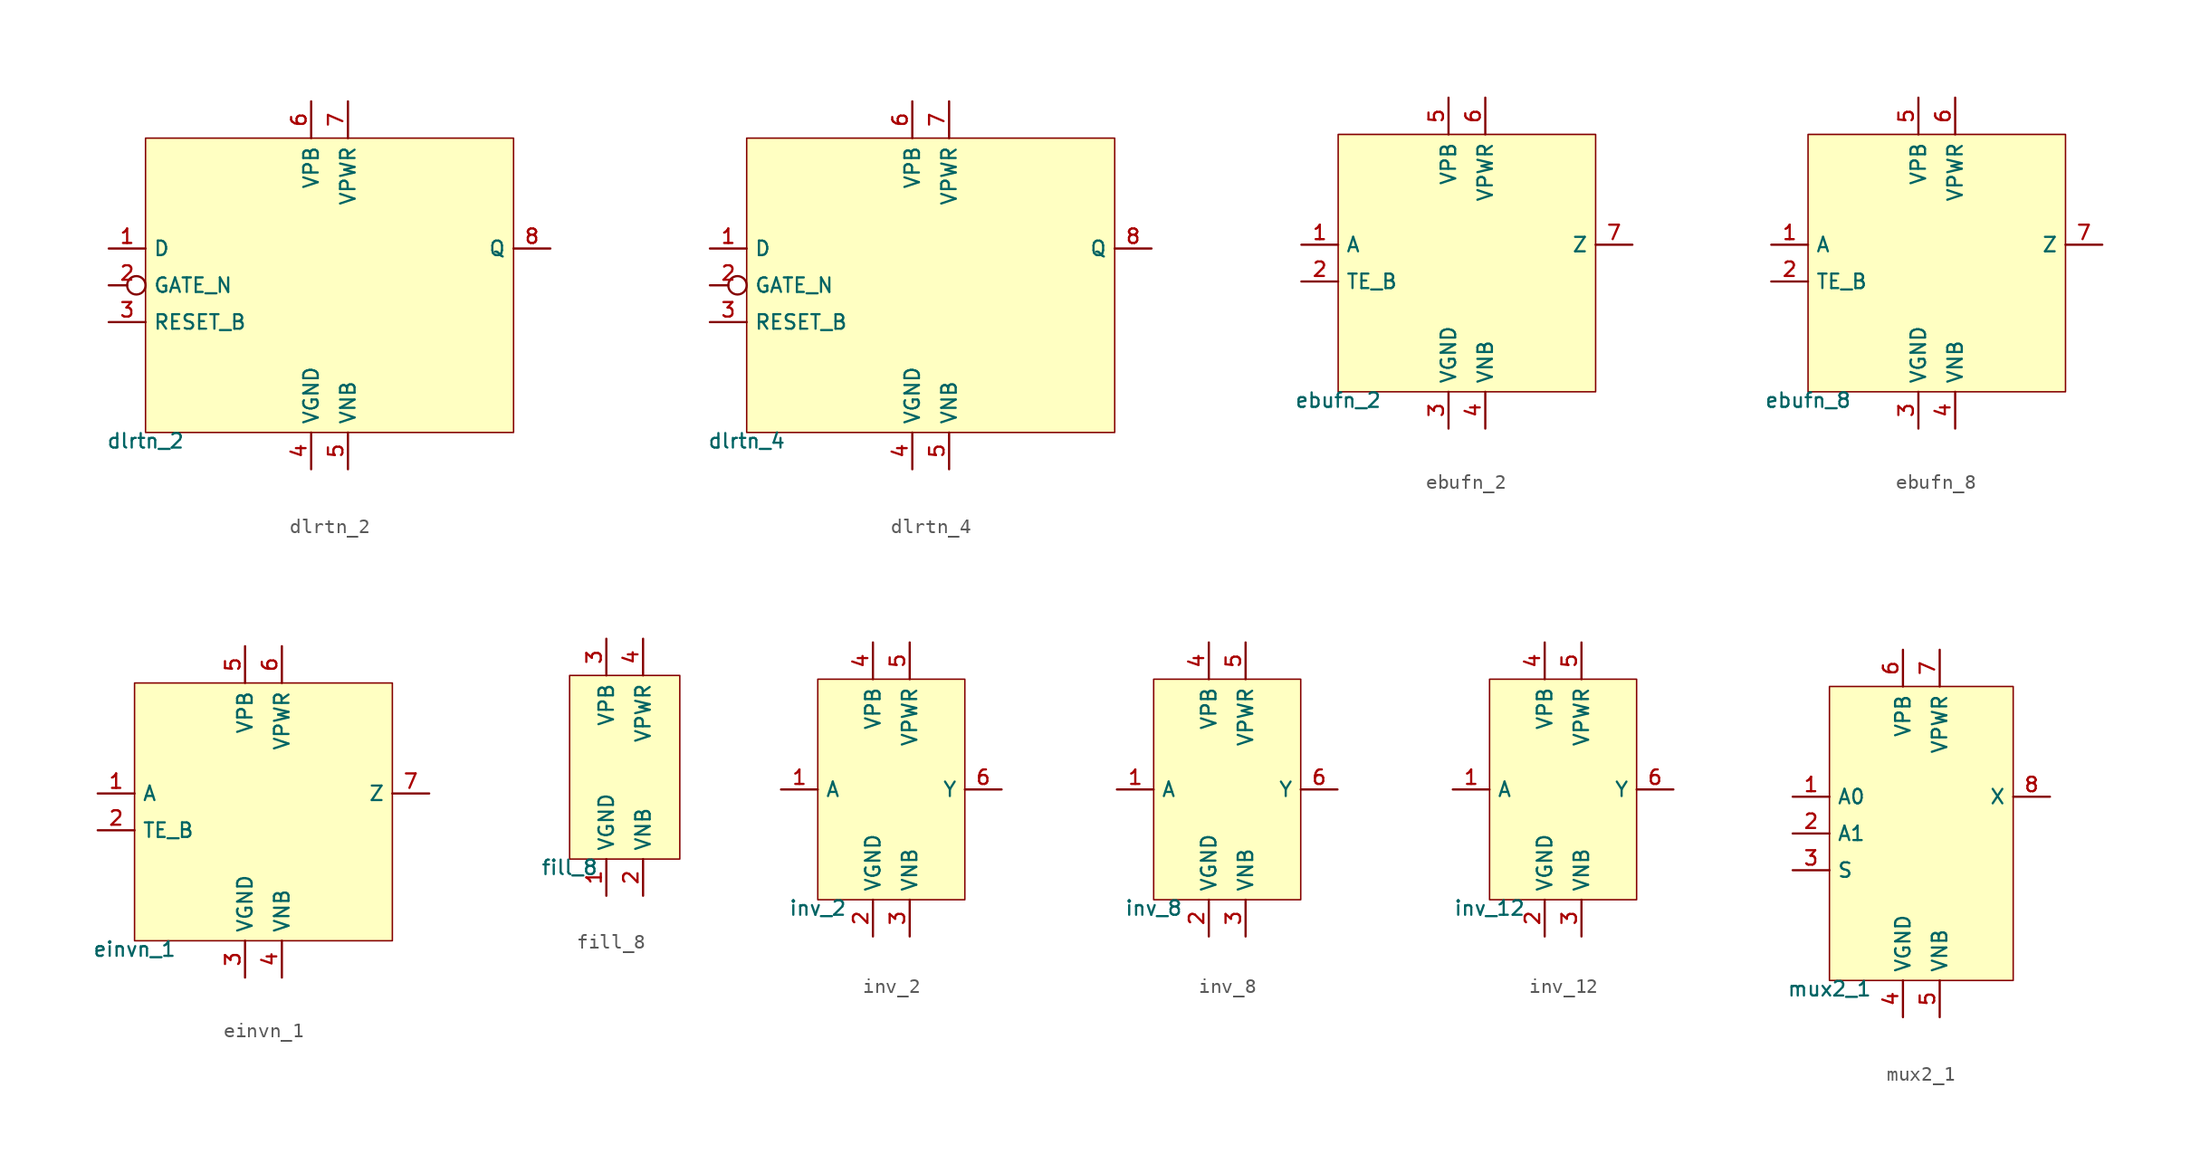
<source format=kicad_sym>
(kicad_symbol_lib
  (version 20211014)
  (generator pdk2kicad)
  (symbol "dlrtn_2"
    (property "Reference" "X"
      (at 0 0 0)
      (effects (font (size 1 1)) hide))
    (property "Value" "dlrtn_2"
      (at -12.7 -10.16 0)
      (effects (font (size 1 1)) (justify top)))
    (rectangle
      (start -12.7 -10.16)
      (end 12.7 10.16)
      (stroke (width 0.1) (type solid) (color 0 0 0 0))
      (fill (type background)))
    (pin input line
      (at -15.24 2.54 0)
      (length 2.54)
      (name "D" (effects (font (size 1 1)) hide))
      (number "1" (effects (font (size 1 1)) hide)))
    (pin input inverted
      (at -15.24 0.0 0)
      (length 2.54)
      (name "GATE_N" (effects (font (size 1 1)) hide))
      (number "2" (effects (font (size 1 1)) hide)))
    (pin input line
      (at -15.24 -2.54 0)
      (length 2.54)
      (name "RESET_B" (effects (font (size 1 1)) hide))
      (number "3" (effects (font (size 1 1)) hide)))
    (pin power_in line
      (at -1.27 -12.7 90)
      (length 2.54)
      (name "VGND" (effects (font (size 1 1)) hide))
      (number "4" (effects (font (size 1 1)) hide)))
    (pin power_in line
      (at 1.27 -12.7 90)
      (length 2.54)
      (name "VNB" (effects (font (size 1 1)) hide))
      (number "5" (effects (font (size 1 1)) hide)))
    (pin power_in line
      (at -1.27 12.7 270)
      (length 2.54)
      (name "VPB" (effects (font (size 1 1)) hide))
      (number "6" (effects (font (size 1 1)) hide)))
    (pin power_in line
      (at 1.27 12.7 270)
      (length 2.54)
      (name "VPWR" (effects (font (size 1 1)) hide))
      (number "7" (effects (font (size 1 1)) hide)))
    (pin output line
      (at 15.24 2.54 180)
      (length 2.54)
      (name "Q" (effects (font (size 1 1)) hide))
      (number "8" (effects (font (size 1 1)) hide))))
  (symbol "dlrtn_4"
    (property "Reference" "X"
      (at 0 0 0)
      (effects (font (size 1 1)) hide))
    (property "Value" "dlrtn_4"
      (at -12.7 -10.16 0)
      (effects (font (size 1 1)) (justify top)))
    (rectangle
      (start -12.7 -10.16)
      (end 12.7 10.16)
      (stroke (width 0.1) (type solid) (color 0 0 0 0))
      (fill (type background)))
    (pin input line
      (at -15.24 2.54 0)
      (length 2.54)
      (name "D" (effects (font (size 1 1)) hide))
      (number "1" (effects (font (size 1 1)) hide)))
    (pin input inverted
      (at -15.24 0.0 0)
      (length 2.54)
      (name "GATE_N" (effects (font (size 1 1)) hide))
      (number "2" (effects (font (size 1 1)) hide)))
    (pin input line
      (at -15.24 -2.54 0)
      (length 2.54)
      (name "RESET_B" (effects (font (size 1 1)) hide))
      (number "3" (effects (font (size 1 1)) hide)))
    (pin power_in line
      (at -1.27 -12.7 90)
      (length 2.54)
      (name "VGND" (effects (font (size 1 1)) hide))
      (number "4" (effects (font (size 1 1)) hide)))
    (pin power_in line
      (at 1.27 -12.7 90)
      (length 2.54)
      (name "VNB" (effects (font (size 1 1)) hide))
      (number "5" (effects (font (size 1 1)) hide)))
    (pin power_in line
      (at -1.27 12.7 270)
      (length 2.54)
      (name "VPB" (effects (font (size 1 1)) hide))
      (number "6" (effects (font (size 1 1)) hide)))
    (pin power_in line
      (at 1.27 12.7 270)
      (length 2.54)
      (name "VPWR" (effects (font (size 1 1)) hide))
      (number "7" (effects (font (size 1 1)) hide)))
    (pin output line
      (at 15.24 2.54 180)
      (length 2.54)
      (name "Q" (effects (font (size 1 1)) hide))
      (number "8" (effects (font (size 1 1)) hide))))
  (symbol "ebufn_2"
    (property "Reference" "X"
      (at 0 0 0)
      (effects (font (size 1 1)) hide))
    (property "Value" "ebufn_2"
      (at -8.89 -8.89 0)
      (effects (font (size 1 1)) (justify top)))
    (rectangle
      (start -8.89 -8.89)
      (end 8.89 8.89)
      (stroke (width 0.1) (type solid) (color 0 0 0 0))
      (fill (type background)))
    (pin input line
      (at -11.43 1.27 0)
      (length 2.54)
      (name "A" (effects (font (size 1 1)) hide))
      (number "1" (effects (font (size 1 1)) hide)))
    (pin input line
      (at -11.43 -1.27 0)
      (length 2.54)
      (name "TE_B" (effects (font (size 1 1)) hide))
      (number "2" (effects (font (size 1 1)) hide)))
    (pin power_in line
      (at -1.27 -11.43 90)
      (length 2.54)
      (name "VGND" (effects (font (size 1 1)) hide))
      (number "3" (effects (font (size 1 1)) hide)))
    (pin power_in line
      (at 1.27 -11.43 90)
      (length 2.54)
      (name "VNB" (effects (font (size 1 1)) hide))
      (number "4" (effects (font (size 1 1)) hide)))
    (pin power_in line
      (at -1.27 11.43 270)
      (length 2.54)
      (name "VPB" (effects (font (size 1 1)) hide))
      (number "5" (effects (font (size 1 1)) hide)))
    (pin power_in line
      (at 1.27 11.43 270)
      (length 2.54)
      (name "VPWR" (effects (font (size 1 1)) hide))
      (number "6" (effects (font (size 1 1)) hide)))
    (pin output line
      (at 11.43 1.27 180)
      (length 2.54)
      (name "Z" (effects (font (size 1 1)) hide))
      (number "7" (effects (font (size 1 1)) hide))))
  (symbol "ebufn_8"
    (property "Reference" "X"
      (at 0 0 0)
      (effects (font (size 1 1)) hide))
    (property "Value" "ebufn_8"
      (at -8.89 -8.89 0)
      (effects (font (size 1 1)) (justify top)))
    (rectangle
      (start -8.89 -8.89)
      (end 8.89 8.89)
      (stroke (width 0.1) (type solid) (color 0 0 0 0))
      (fill (type background)))
    (pin input line
      (at -11.43 1.27 0)
      (length 2.54)
      (name "A" (effects (font (size 1 1)) hide))
      (number "1" (effects (font (size 1 1)) hide)))
    (pin input line
      (at -11.43 -1.27 0)
      (length 2.54)
      (name "TE_B" (effects (font (size 1 1)) hide))
      (number "2" (effects (font (size 1 1)) hide)))
    (pin power_in line
      (at -1.27 -11.43 90)
      (length 2.54)
      (name "VGND" (effects (font (size 1 1)) hide))
      (number "3" (effects (font (size 1 1)) hide)))
    (pin power_in line
      (at 1.27 -11.43 90)
      (length 2.54)
      (name "VNB" (effects (font (size 1 1)) hide))
      (number "4" (effects (font (size 1 1)) hide)))
    (pin power_in line
      (at -1.27 11.43 270)
      (length 2.54)
      (name "VPB" (effects (font (size 1 1)) hide))
      (number "5" (effects (font (size 1 1)) hide)))
    (pin power_in line
      (at 1.27 11.43 270)
      (length 2.54)
      (name "VPWR" (effects (font (size 1 1)) hide))
      (number "6" (effects (font (size 1 1)) hide)))
    (pin output line
      (at 11.43 1.27 180)
      (length 2.54)
      (name "Z" (effects (font (size 1 1)) hide))
      (number "7" (effects (font (size 1 1)) hide))))
  (symbol "einvn_1"
    (property "Reference" "X"
      (at 0 0 0)
      (effects (font (size 1 1)) hide))
    (property "Value" "einvn_1"
      (at -8.89 -8.89 0)
      (effects (font (size 1 1)) (justify top)))
    (rectangle
      (start -8.89 -8.89)
      (end 8.89 8.89)
      (stroke (width 0.1) (type solid) (color 0 0 0 0))
      (fill (type background)))
    (pin input line
      (at -11.43 1.27 0)
      (length 2.54)
      (name "A" (effects (font (size 1 1)) hide))
      (number "1" (effects (font (size 1 1)) hide)))
    (pin input line
      (at -11.43 -1.27 0)
      (length 2.54)
      (name "TE_B" (effects (font (size 1 1)) hide))
      (number "2" (effects (font (size 1 1)) hide)))
    (pin power_in line
      (at -1.27 -11.43 90)
      (length 2.54)
      (name "VGND" (effects (font (size 1 1)) hide))
      (number "3" (effects (font (size 1 1)) hide)))
    (pin power_in line
      (at 1.27 -11.43 90)
      (length 2.54)
      (name "VNB" (effects (font (size 1 1)) hide))
      (number "4" (effects (font (size 1 1)) hide)))
    (pin power_in line
      (at -1.27 11.43 270)
      (length 2.54)
      (name "VPB" (effects (font (size 1 1)) hide))
      (number "5" (effects (font (size 1 1)) hide)))
    (pin power_in line
      (at 1.27 11.43 270)
      (length 2.54)
      (name "VPWR" (effects (font (size 1 1)) hide))
      (number "6" (effects (font (size 1 1)) hide)))
    (pin output line
      (at 11.43 1.27 180)
      (length 2.54)
      (name "Z" (effects (font (size 1 1)) hide))
      (number "7" (effects (font (size 1 1)) hide))))
  (symbol "fill_8"
    (property "Reference" "X"
      (at 0 0 0)
      (effects (font (size 1 1)) hide))
    (property "Value" "fill_8"
      (at -3.81 -6.35 0)
      (effects (font (size 1 1)) (justify top)))
    (rectangle
      (start -3.81 -6.35)
      (end 3.81 6.35)
      (stroke (width 0.1) (type solid) (color 0 0 0 0))
      (fill (type background)))
    (pin power_in line
      (at -1.27 -8.89 90)
      (length 2.54)
      (name "VGND" (effects (font (size 1 1)) hide))
      (number "1" (effects (font (size 1 1)) hide)))
    (pin power_in line
      (at 1.27 -8.89 90)
      (length 2.54)
      (name "VNB" (effects (font (size 1 1)) hide))
      (number "2" (effects (font (size 1 1)) hide)))
    (pin power_in line
      (at -1.27 8.89 270)
      (length 2.54)
      (name "VPB" (effects (font (size 1 1)) hide))
      (number "3" (effects (font (size 1 1)) hide)))
    (pin power_in line
      (at 1.27 8.89 270)
      (length 2.54)
      (name "VPWR" (effects (font (size 1 1)) hide))
      (number "4" (effects (font (size 1 1)) hide))))
  (symbol "inv_2"
    (property "Reference" "X"
      (at 0 0 0)
      (effects (font (size 1 1)) hide))
    (property "Value" "inv_2"
      (at -5.08 -7.62 0)
      (effects (font (size 1 1)) (justify top)))
    (rectangle
      (start -5.08 -7.62)
      (end 5.08 7.62)
      (stroke (width 0.1) (type solid) (color 0 0 0 0))
      (fill (type background)))
    (pin input line
      (at -7.62 0.0 0)
      (length 2.54)
      (name "A" (effects (font (size 1 1)) hide))
      (number "1" (effects (font (size 1 1)) hide)))
    (pin power_in line
      (at -1.27 -10.16 90)
      (length 2.54)
      (name "VGND" (effects (font (size 1 1)) hide))
      (number "2" (effects (font (size 1 1)) hide)))
    (pin power_in line
      (at 1.27 -10.16 90)
      (length 2.54)
      (name "VNB" (effects (font (size 1 1)) hide))
      (number "3" (effects (font (size 1 1)) hide)))
    (pin power_in line
      (at -1.27 10.16 270)
      (length 2.54)
      (name "VPB" (effects (font (size 1 1)) hide))
      (number "4" (effects (font (size 1 1)) hide)))
    (pin power_in line
      (at 1.27 10.16 270)
      (length 2.54)
      (name "VPWR" (effects (font (size 1 1)) hide))
      (number "5" (effects (font (size 1 1)) hide)))
    (pin output line
      (at 7.62 0.0 180)
      (length 2.54)
      (name "Y" (effects (font (size 1 1)) hide))
      (number "6" (effects (font (size 1 1)) hide))))
  (symbol "inv_8"
    (property "Reference" "X"
      (at 0 0 0)
      (effects (font (size 1 1)) hide))
    (property "Value" "inv_8"
      (at -5.08 -7.62 0)
      (effects (font (size 1 1)) (justify top)))
    (rectangle
      (start -5.08 -7.62)
      (end 5.08 7.62)
      (stroke (width 0.1) (type solid) (color 0 0 0 0))
      (fill (type background)))
    (pin input line
      (at -7.62 0.0 0)
      (length 2.54)
      (name "A" (effects (font (size 1 1)) hide))
      (number "1" (effects (font (size 1 1)) hide)))
    (pin power_in line
      (at -1.27 -10.16 90)
      (length 2.54)
      (name "VGND" (effects (font (size 1 1)) hide))
      (number "2" (effects (font (size 1 1)) hide)))
    (pin power_in line
      (at 1.27 -10.16 90)
      (length 2.54)
      (name "VNB" (effects (font (size 1 1)) hide))
      (number "3" (effects (font (size 1 1)) hide)))
    (pin power_in line
      (at -1.27 10.16 270)
      (length 2.54)
      (name "VPB" (effects (font (size 1 1)) hide))
      (number "4" (effects (font (size 1 1)) hide)))
    (pin power_in line
      (at 1.27 10.16 270)
      (length 2.54)
      (name "VPWR" (effects (font (size 1 1)) hide))
      (number "5" (effects (font (size 1 1)) hide)))
    (pin output line
      (at 7.62 0.0 180)
      (length 2.54)
      (name "Y" (effects (font (size 1 1)) hide))
      (number "6" (effects (font (size 1 1)) hide))))
  (symbol "inv_12"
    (property "Reference" "X"
      (at 0 0 0)
      (effects (font (size 1 1)) hide))
    (property "Value" "inv_12"
      (at -5.08 -7.62 0)
      (effects (font (size 1 1)) (justify top)))
    (rectangle
      (start -5.08 -7.62)
      (end 5.08 7.62)
      (stroke (width 0.1) (type solid) (color 0 0 0 0))
      (fill (type background)))
    (pin input line
      (at -7.62 0.0 0)
      (length 2.54)
      (name "A" (effects (font (size 1 1)) hide))
      (number "1" (effects (font (size 1 1)) hide)))
    (pin power_in line
      (at -1.27 -10.16 90)
      (length 2.54)
      (name "VGND" (effects (font (size 1 1)) hide))
      (number "2" (effects (font (size 1 1)) hide)))
    (pin power_in line
      (at 1.27 -10.16 90)
      (length 2.54)
      (name "VNB" (effects (font (size 1 1)) hide))
      (number "3" (effects (font (size 1 1)) hide)))
    (pin power_in line
      (at -1.27 10.16 270)
      (length 2.54)
      (name "VPB" (effects (font (size 1 1)) hide))
      (number "4" (effects (font (size 1 1)) hide)))
    (pin power_in line
      (at 1.27 10.16 270)
      (length 2.54)
      (name "VPWR" (effects (font (size 1 1)) hide))
      (number "5" (effects (font (size 1 1)) hide)))
    (pin output line
      (at 7.62 0.0 180)
      (length 2.54)
      (name "Y" (effects (font (size 1 1)) hide))
      (number "6" (effects (font (size 1 1)) hide))))
  (symbol "mux2_1"
    (property "Reference" "X"
      (at 0 0 0)
      (effects (font (size 1 1)) hide))
    (property "Value" "mux2_1"
      (at -6.35 -10.16 0)
      (effects (font (size 1 1)) (justify top)))
    (rectangle
      (start -6.35 -10.16)
      (end 6.35 10.16)
      (stroke (width 0.1) (type solid) (color 0 0 0 0))
      (fill (type background)))
    (pin input line
      (at -8.89 2.54 0)
      (length 2.54)
      (name "A0" (effects (font (size 1 1)) hide))
      (number "1" (effects (font (size 1 1)) hide)))
    (pin input line
      (at -8.89 0.0 0)
      (length 2.54)
      (name "A1" (effects (font (size 1 1)) hide))
      (number "2" (effects (font (size 1 1)) hide)))
    (pin input line
      (at -8.89 -2.54 0)
      (length 2.54)
      (name "S" (effects (font (size 1 1)) hide))
      (number "3" (effects (font (size 1 1)) hide)))
    (pin power_in line
      (at -1.27 -12.7 90)
      (length 2.54)
      (name "VGND" (effects (font (size 1 1)) hide))
      (number "4" (effects (font (size 1 1)) hide)))
    (pin power_in line
      (at 1.27 -12.7 90)
      (length 2.54)
      (name "VNB" (effects (font (size 1 1)) hide))
      (number "5" (effects (font (size 1 1)) hide)))
    (pin power_in line
      (at -1.27 12.7 270)
      (length 2.54)
      (name "VPB" (effects (font (size 1 1)) hide))
      (number "6" (effects (font (size 1 1)) hide)))
    (pin power_in line
      (at 1.27 12.7 270)
      (length 2.54)
      (name "VPWR" (effects (font (size 1 1)) hide))
      (number "7" (effects (font (size 1 1)) hide)))
    (pin output line
      (at 8.89 2.54 180)
      (length 2.54)
      (name "X" (effects (font (size 1 1)) hide))
      (number "8" (effects (font (size 1 1)) hide)))))
</source>
